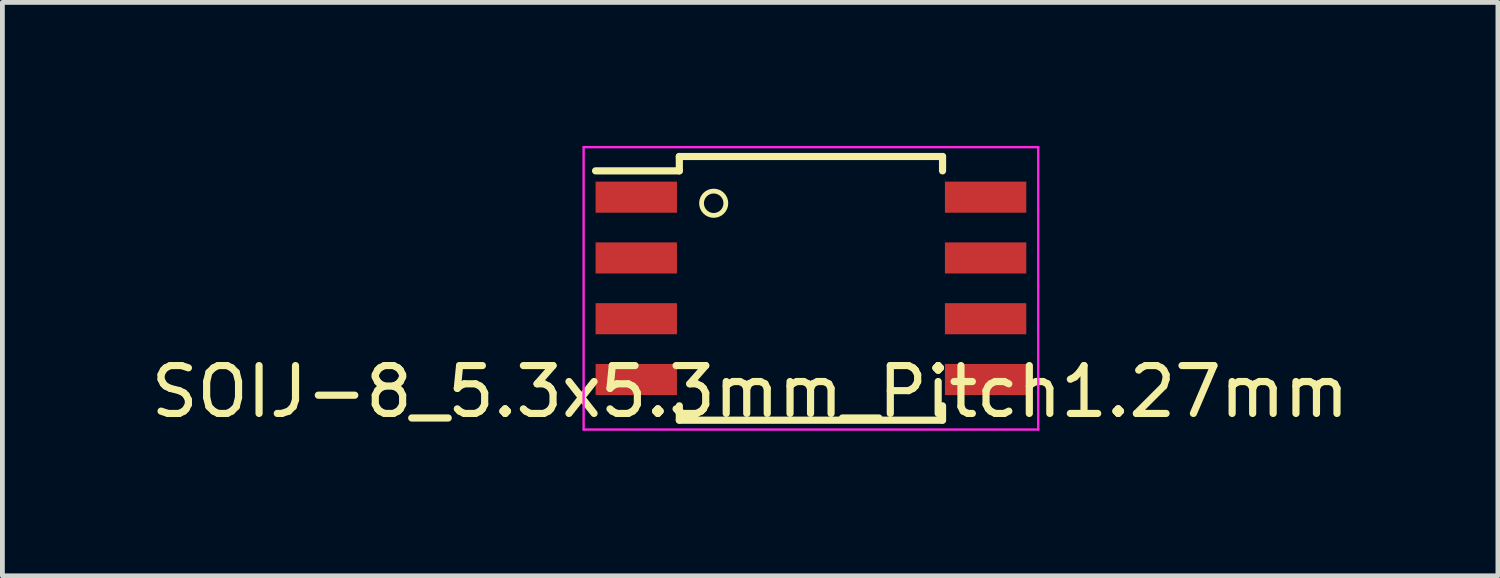
<source format=kicad_pcb>
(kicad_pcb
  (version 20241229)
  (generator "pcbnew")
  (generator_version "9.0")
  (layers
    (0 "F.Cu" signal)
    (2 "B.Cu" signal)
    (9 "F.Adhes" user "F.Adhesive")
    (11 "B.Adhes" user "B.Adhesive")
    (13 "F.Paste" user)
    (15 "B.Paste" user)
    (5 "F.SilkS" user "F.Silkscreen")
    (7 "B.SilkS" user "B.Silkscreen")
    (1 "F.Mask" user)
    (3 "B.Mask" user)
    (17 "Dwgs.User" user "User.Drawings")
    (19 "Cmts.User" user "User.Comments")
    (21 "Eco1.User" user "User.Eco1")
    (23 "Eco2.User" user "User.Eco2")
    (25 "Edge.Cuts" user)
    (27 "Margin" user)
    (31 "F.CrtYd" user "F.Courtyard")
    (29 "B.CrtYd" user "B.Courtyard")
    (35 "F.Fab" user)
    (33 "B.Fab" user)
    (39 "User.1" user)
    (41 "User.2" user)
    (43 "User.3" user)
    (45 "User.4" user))
  (footprint "SOIJ-8_5.3x5.3mm_Pitch1.27mm"
    (layer "F.Cu")
    (at 13.895 2.975)
    (property "Reference" "SOIJ-8_5.3x5.3mm_Pitch1.27mm" (at -1.27 2.159 0) (layer "F.SilkS") (effects (font (size 1 1) (thickness 0.15))))
    (attr smd)
    (fp_line (start -2.75 -2.755) (end -2.75 -2.455) (stroke (width 0.15) (type solid)) (layer "F.SilkS"))
    (fp_line (start -2.75 -2.755) (end 2.75 -2.755) (stroke (width 0.15) (type solid)) (layer "F.SilkS"))
    (fp_line (start -2.75 -2.455) (end -4.5 -2.455) (stroke (width 0.15) (type solid)) (layer "F.SilkS"))
    (fp_line (start -2.75 2.755) (end -2.75 2.455) (stroke (width 0.15) (type solid)) (layer "F.SilkS"))
    (fp_line (start -2.75 2.755) (end 2.75 2.755) (stroke (width 0.15) (type solid)) (layer "F.SilkS"))
    (fp_line (start 2.75 -2.755) (end 2.75 -2.455) (stroke (width 0.15) (type solid)) (layer "F.SilkS"))
    (fp_line (start 2.75 2.755) (end 2.75 2.455) (stroke (width 0.15) (type solid)) (layer "F.SilkS"))
    (fp_circle (center -2.032 -1.778) (end -2.286 -1.778) (stroke (width 0.1) (type solid)) (fill no) (layer "F.SilkS"))
    (fp_line (start -4.75 -2.95) (end -4.75 2.95) (stroke (width 0.05) (type solid)) (layer "F.CrtYd"))
    (fp_line (start -4.75 -2.95) (end 4.75 -2.95) (stroke (width 0.05) (type solid)) (layer "F.CrtYd"))
    (fp_line (start -4.75 2.95) (end 4.75 2.95) (stroke (width 0.05) (type solid)) (layer "F.CrtYd"))
    (fp_line (start 4.75 -2.95) (end 4.75 2.95) (stroke (width 0.05) (type solid)) (layer "F.CrtYd"))
    (pad "1" smd rect (at -3.65 -1.905) (size 1.7 0.65) (layers "F.Cu" "F.Mask" "F.Paste"))
    (pad "2" smd rect (at -3.65 -0.635) (size 1.7 0.65) (layers "F.Cu" "F.Mask" "F.Paste"))
    (pad "3" smd rect (at -3.65 0.635) (size 1.7 0.65) (layers "F.Cu" "F.Mask" "F.Paste"))
    (pad "4" smd rect (at -3.65 1.905) (size 1.7 0.65) (layers "F.Cu" "F.Mask" "F.Paste"))
    (pad "5" smd rect (at 3.65 1.905) (size 1.7 0.65) (layers "F.Cu" "F.Mask" "F.Paste"))
    (pad "6" smd rect (at 3.65 0.635) (size 1.7 0.65) (layers "F.Cu" "F.Mask" "F.Paste"))
    (pad "7" smd rect (at 3.65 -0.635) (size 1.7 0.65) (layers "F.Cu" "F.Mask" "F.Paste"))
    (pad "8" smd rect (at 3.65 -1.905) (size 1.7 0.65) (layers "F.Cu" "F.Mask" "F.Paste")))
  (gr_rect
    (start -3 -3)
    (end 28.25 8.982)
    (stroke (width 0.1) (type default))
    (fill no)
    (layer "Edge.Cuts")))
</source>
